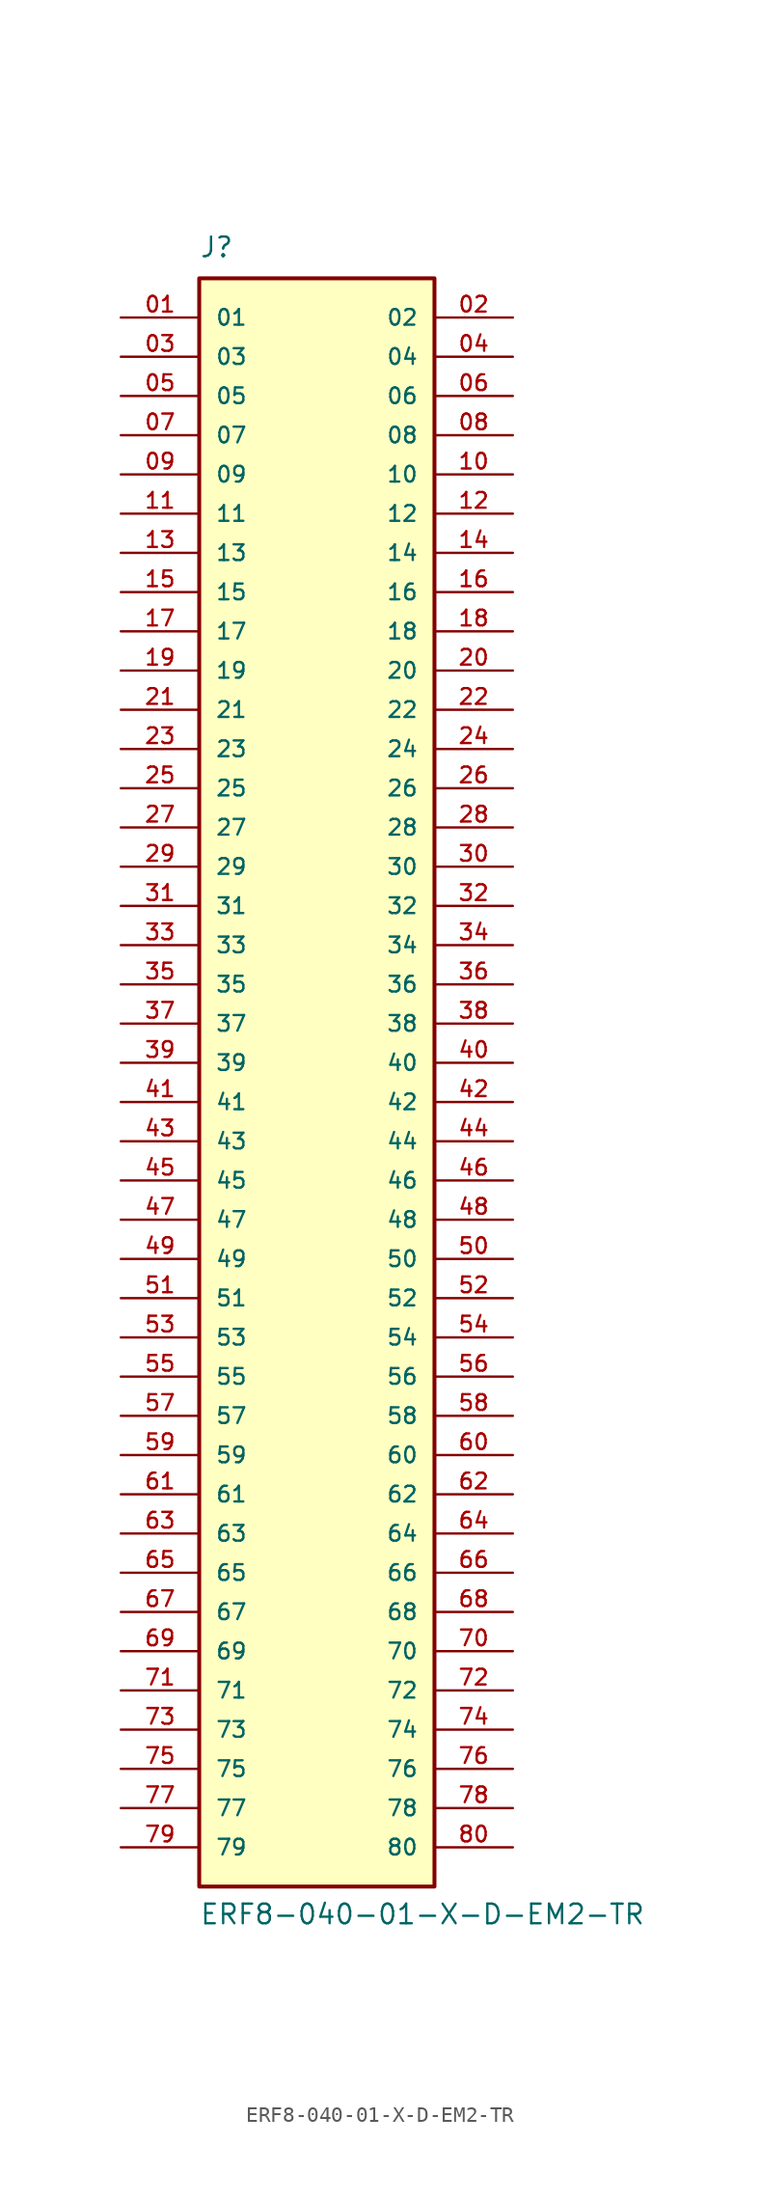
<source format=kicad_sym>
(kicad_symbol_lib
  (version 20211014)
  (generator kicad_symbol_editor)
  (symbol "ERF8-040-01-X-D-EM2-TR"
    (pin_names
      (offset 1.016))
    (property "Reference" "J"
      (at -7.62 52.07 0)
      (effects (font (size 1.27 1.27)) (justify bottom left)))
    (property "Value" "ERF8-040-01-X-D-EM2-TR"
      (at -7.62 -55.88 0)
      (effects (font (size 1.27 1.27)) (justify bottom left)))
    (symbol "ERF8-040-01-X-D-EM2-TR_0_0"
      (rectangle (start -7.62 -53.34) (end 7.62 50.8) (stroke (width 0.254)) (fill (type background)))
      (pin passive line (at -12.7 48.26 0) (length 5.08) (name "01" (effects (font (size 1.016 1.016)))) (number "01" (effects (font (size 1.016 1.016)))))
      (pin passive line (at 12.7 48.26 180.0) (length 5.08) (name "02" (effects (font (size 1.016 1.016)))) (number "02" (effects (font (size 1.016 1.016)))))
      (pin passive line (at -12.7 45.72 0) (length 5.08) (name "03" (effects (font (size 1.016 1.016)))) (number "03" (effects (font (size 1.016 1.016)))))
      (pin passive line (at 12.7 45.72 180.0) (length 5.08) (name "04" (effects (font (size 1.016 1.016)))) (number "04" (effects (font (size 1.016 1.016)))))
      (pin passive line (at -12.7 43.18 0) (length 5.08) (name "05" (effects (font (size 1.016 1.016)))) (number "05" (effects (font (size 1.016 1.016)))))
      (pin passive line (at 12.7 43.18 180.0) (length 5.08) (name "06" (effects (font (size 1.016 1.016)))) (number "06" (effects (font (size 1.016 1.016)))))
      (pin passive line (at -12.7 40.64 0) (length 5.08) (name "07" (effects (font (size 1.016 1.016)))) (number "07" (effects (font (size 1.016 1.016)))))
      (pin passive line (at 12.7 40.64 180.0) (length 5.08) (name "08" (effects (font (size 1.016 1.016)))) (number "08" (effects (font (size 1.016 1.016)))))
      (pin passive line (at -12.7 38.1 0) (length 5.08) (name "09" (effects (font (size 1.016 1.016)))) (number "09" (effects (font (size 1.016 1.016)))))
      (pin passive line (at 12.7 38.1 180.0) (length 5.08) (name "10" (effects (font (size 1.016 1.016)))) (number "10" (effects (font (size 1.016 1.016)))))
      (pin passive line (at -12.7 35.56 0) (length 5.08) (name "11" (effects (font (size 1.016 1.016)))) (number "11" (effects (font (size 1.016 1.016)))))
      (pin passive line (at 12.7 35.56 180.0) (length 5.08) (name "12" (effects (font (size 1.016 1.016)))) (number "12" (effects (font (size 1.016 1.016)))))
      (pin passive line (at -12.7 33.02 0) (length 5.08) (name "13" (effects (font (size 1.016 1.016)))) (number "13" (effects (font (size 1.016 1.016)))))
      (pin passive line (at 12.7 33.02 180.0) (length 5.08) (name "14" (effects (font (size 1.016 1.016)))) (number "14" (effects (font (size 1.016 1.016)))))
      (pin passive line (at -12.7 30.48 0) (length 5.08) (name "15" (effects (font (size 1.016 1.016)))) (number "15" (effects (font (size 1.016 1.016)))))
      (pin passive line (at 12.7 30.48 180.0) (length 5.08) (name "16" (effects (font (size 1.016 1.016)))) (number "16" (effects (font (size 1.016 1.016)))))
      (pin passive line (at -12.7 27.94 0) (length 5.08) (name "17" (effects (font (size 1.016 1.016)))) (number "17" (effects (font (size 1.016 1.016)))))
      (pin passive line (at 12.7 27.94 180.0) (length 5.08) (name "18" (effects (font (size 1.016 1.016)))) (number "18" (effects (font (size 1.016 1.016)))))
      (pin passive line (at -12.7 25.4 0) (length 5.08) (name "19" (effects (font (size 1.016 1.016)))) (number "19" (effects (font (size 1.016 1.016)))))
      (pin passive line (at 12.7 25.4 180.0) (length 5.08) (name "20" (effects (font (size 1.016 1.016)))) (number "20" (effects (font (size 1.016 1.016)))))
      (pin passive line (at -12.7 22.86 0) (length 5.08) (name "21" (effects (font (size 1.016 1.016)))) (number "21" (effects (font (size 1.016 1.016)))))
      (pin passive line (at 12.7 22.86 180.0) (length 5.08) (name "22" (effects (font (size 1.016 1.016)))) (number "22" (effects (font (size 1.016 1.016)))))
      (pin passive line (at -12.7 20.32 0) (length 5.08) (name "23" (effects (font (size 1.016 1.016)))) (number "23" (effects (font (size 1.016 1.016)))))
      (pin passive line (at 12.7 20.32 180.0) (length 5.08) (name "24" (effects (font (size 1.016 1.016)))) (number "24" (effects (font (size 1.016 1.016)))))
      (pin passive line (at -12.7 17.78 0) (length 5.08) (name "25" (effects (font (size 1.016 1.016)))) (number "25" (effects (font (size 1.016 1.016)))))
      (pin passive line (at 12.7 17.78 180.0) (length 5.08) (name "26" (effects (font (size 1.016 1.016)))) (number "26" (effects (font (size 1.016 1.016)))))
      (pin passive line (at -12.7 15.24 0) (length 5.08) (name "27" (effects (font (size 1.016 1.016)))) (number "27" (effects (font (size 1.016 1.016)))))
      (pin passive line (at 12.7 15.24 180.0) (length 5.08) (name "28" (effects (font (size 1.016 1.016)))) (number "28" (effects (font (size 1.016 1.016)))))
      (pin passive line (at -12.7 12.7 0) (length 5.08) (name "29" (effects (font (size 1.016 1.016)))) (number "29" (effects (font (size 1.016 1.016)))))
      (pin passive line (at 12.7 12.7 180.0) (length 5.08) (name "30" (effects (font (size 1.016 1.016)))) (number "30" (effects (font (size 1.016 1.016)))))
      (pin passive line (at -12.7 10.16 0) (length 5.08) (name "31" (effects (font (size 1.016 1.016)))) (number "31" (effects (font (size 1.016 1.016)))))
      (pin passive line (at 12.7 10.16 180.0) (length 5.08) (name "32" (effects (font (size 1.016 1.016)))) (number "32" (effects (font (size 1.016 1.016)))))
      (pin passive line (at -12.7 7.62 0) (length 5.08) (name "33" (effects (font (size 1.016 1.016)))) (number "33" (effects (font (size 1.016 1.016)))))
      (pin passive line (at 12.7 7.62 180.0) (length 5.08) (name "34" (effects (font (size 1.016 1.016)))) (number "34" (effects (font (size 1.016 1.016)))))
      (pin passive line (at -12.7 5.08 0) (length 5.08) (name "35" (effects (font (size 1.016 1.016)))) (number "35" (effects (font (size 1.016 1.016)))))
      (pin passive line (at 12.7 5.08 180.0) (length 5.08) (name "36" (effects (font (size 1.016 1.016)))) (number "36" (effects (font (size 1.016 1.016)))))
      (pin passive line (at -12.7 2.54 0) (length 5.08) (name "37" (effects (font (size 1.016 1.016)))) (number "37" (effects (font (size 1.016 1.016)))))
      (pin passive line (at 12.7 2.54 180.0) (length 5.08) (name "38" (effects (font (size 1.016 1.016)))) (number "38" (effects (font (size 1.016 1.016)))))
      (pin passive line (at -12.7 0.0 0) (length 5.08) (name "39" (effects (font (size 1.016 1.016)))) (number "39" (effects (font (size 1.016 1.016)))))
      (pin passive line (at 12.7 0.0 180.0) (length 5.08) (name "40" (effects (font (size 1.016 1.016)))) (number "40" (effects (font (size 1.016 1.016)))))
      (pin passive line (at -12.7 -2.54 0) (length 5.08) (name "41" (effects (font (size 1.016 1.016)))) (number "41" (effects (font (size 1.016 1.016)))))
      (pin passive line (at 12.7 -2.54 180.0) (length 5.08) (name "42" (effects (font (size 1.016 1.016)))) (number "42" (effects (font (size 1.016 1.016)))))
      (pin passive line (at -12.7 -5.08 0) (length 5.08) (name "43" (effects (font (size 1.016 1.016)))) (number "43" (effects (font (size 1.016 1.016)))))
      (pin passive line (at 12.7 -5.08 180.0) (length 5.08) (name "44" (effects (font (size 1.016 1.016)))) (number "44" (effects (font (size 1.016 1.016)))))
      (pin passive line (at -12.7 -7.62 0) (length 5.08) (name "45" (effects (font (size 1.016 1.016)))) (number "45" (effects (font (size 1.016 1.016)))))
      (pin passive line (at 12.7 -7.62 180.0) (length 5.08) (name "46" (effects (font (size 1.016 1.016)))) (number "46" (effects (font (size 1.016 1.016)))))
      (pin passive line (at -12.7 -10.16 0) (length 5.08) (name "47" (effects (font (size 1.016 1.016)))) (number "47" (effects (font (size 1.016 1.016)))))
      (pin passive line (at 12.7 -10.16 180.0) (length 5.08) (name "48" (effects (font (size 1.016 1.016)))) (number "48" (effects (font (size 1.016 1.016)))))
      (pin passive line (at -12.7 -12.7 0) (length 5.08) (name "49" (effects (font (size 1.016 1.016)))) (number "49" (effects (font (size 1.016 1.016)))))
      (pin passive line (at 12.7 -12.7 180.0) (length 5.08) (name "50" (effects (font (size 1.016 1.016)))) (number "50" (effects (font (size 1.016 1.016)))))
      (pin passive line (at -12.7 -15.24 0) (length 5.08) (name "51" (effects (font (size 1.016 1.016)))) (number "51" (effects (font (size 1.016 1.016)))))
      (pin passive line (at 12.7 -15.24 180.0) (length 5.08) (name "52" (effects (font (size 1.016 1.016)))) (number "52" (effects (font (size 1.016 1.016)))))
      (pin passive line (at -12.7 -17.78 0) (length 5.08) (name "53" (effects (font (size 1.016 1.016)))) (number "53" (effects (font (size 1.016 1.016)))))
      (pin passive line (at 12.7 -17.78 180.0) (length 5.08) (name "54" (effects (font (size 1.016 1.016)))) (number "54" (effects (font (size 1.016 1.016)))))
      (pin passive line (at -12.7 -20.32 0) (length 5.08) (name "55" (effects (font (size 1.016 1.016)))) (number "55" (effects (font (size 1.016 1.016)))))
      (pin passive line (at 12.7 -20.32 180.0) (length 5.08) (name "56" (effects (font (size 1.016 1.016)))) (number "56" (effects (font (size 1.016 1.016)))))
      (pin passive line (at -12.7 -22.86 0) (length 5.08) (name "57" (effects (font (size 1.016 1.016)))) (number "57" (effects (font (size 1.016 1.016)))))
      (pin passive line (at 12.7 -22.86 180.0) (length 5.08) (name "58" (effects (font (size 1.016 1.016)))) (number "58" (effects (font (size 1.016 1.016)))))
      (pin passive line (at -12.7 -25.4 0) (length 5.08) (name "59" (effects (font (size 1.016 1.016)))) (number "59" (effects (font (size 1.016 1.016)))))
      (pin passive line (at 12.7 -25.4 180.0) (length 5.08) (name "60" (effects (font (size 1.016 1.016)))) (number "60" (effects (font (size 1.016 1.016)))))
      (pin passive line (at -12.7 -27.94 0) (length 5.08) (name "61" (effects (font (size 1.016 1.016)))) (number "61" (effects (font (size 1.016 1.016)))))
      (pin passive line (at 12.7 -27.94 180.0) (length 5.08) (name "62" (effects (font (size 1.016 1.016)))) (number "62" (effects (font (size 1.016 1.016)))))
      (pin passive line (at -12.7 -30.48 0) (length 5.08) (name "63" (effects (font (size 1.016 1.016)))) (number "63" (effects (font (size 1.016 1.016)))))
      (pin passive line (at 12.7 -30.48 180.0) (length 5.08) (name "64" (effects (font (size 1.016 1.016)))) (number "64" (effects (font (size 1.016 1.016)))))
      (pin passive line (at -12.7 -33.02 0) (length 5.08) (name "65" (effects (font (size 1.016 1.016)))) (number "65" (effects (font (size 1.016 1.016)))))
      (pin passive line (at 12.7 -33.02 180.0) (length 5.08) (name "66" (effects (font (size 1.016 1.016)))) (number "66" (effects (font (size 1.016 1.016)))))
      (pin passive line (at -12.7 -35.56 0) (length 5.08) (name "67" (effects (font (size 1.016 1.016)))) (number "67" (effects (font (size 1.016 1.016)))))
      (pin passive line (at 12.7 -35.56 180.0) (length 5.08) (name "68" (effects (font (size 1.016 1.016)))) (number "68" (effects (font (size 1.016 1.016)))))
      (pin passive line (at -12.7 -38.1 0) (length 5.08) (name "69" (effects (font (size 1.016 1.016)))) (number "69" (effects (font (size 1.016 1.016)))))
      (pin passive line (at 12.7 -38.1 180.0) (length 5.08) (name "70" (effects (font (size 1.016 1.016)))) (number "70" (effects (font (size 1.016 1.016)))))
      (pin passive line (at -12.7 -40.64 0) (length 5.08) (name "71" (effects (font (size 1.016 1.016)))) (number "71" (effects (font (size 1.016 1.016)))))
      (pin passive line (at 12.7 -40.64 180.0) (length 5.08) (name "72" (effects (font (size 1.016 1.016)))) (number "72" (effects (font (size 1.016 1.016)))))
      (pin passive line (at -12.7 -43.18 0) (length 5.08) (name "73" (effects (font (size 1.016 1.016)))) (number "73" (effects (font (size 1.016 1.016)))))
      (pin passive line (at 12.7 -43.18 180.0) (length 5.08) (name "74" (effects (font (size 1.016 1.016)))) (number "74" (effects (font (size 1.016 1.016)))))
      (pin passive line (at -12.7 -45.72 0) (length 5.08) (name "75" (effects (font (size 1.016 1.016)))) (number "75" (effects (font (size 1.016 1.016)))))
      (pin passive line (at 12.7 -45.72 180.0) (length 5.08) (name "76" (effects (font (size 1.016 1.016)))) (number "76" (effects (font (size 1.016 1.016)))))
      (pin passive line (at -12.7 -48.26 0) (length 5.08) (name "77" (effects (font (size 1.016 1.016)))) (number "77" (effects (font (size 1.016 1.016)))))
      (pin passive line (at 12.7 -48.26 180.0) (length 5.08) (name "78" (effects (font (size 1.016 1.016)))) (number "78" (effects (font (size 1.016 1.016)))))
      (pin passive line (at -12.7 -50.8 0) (length 5.08) (name "79" (effects (font (size 1.016 1.016)))) (number "79" (effects (font (size 1.016 1.016)))))
      (pin passive line (at 12.7 -50.8 180.0) (length 5.08) (name "80" (effects (font (size 1.016 1.016)))) (number "80" (effects (font (size 1.016 1.016))))))))
</source>
